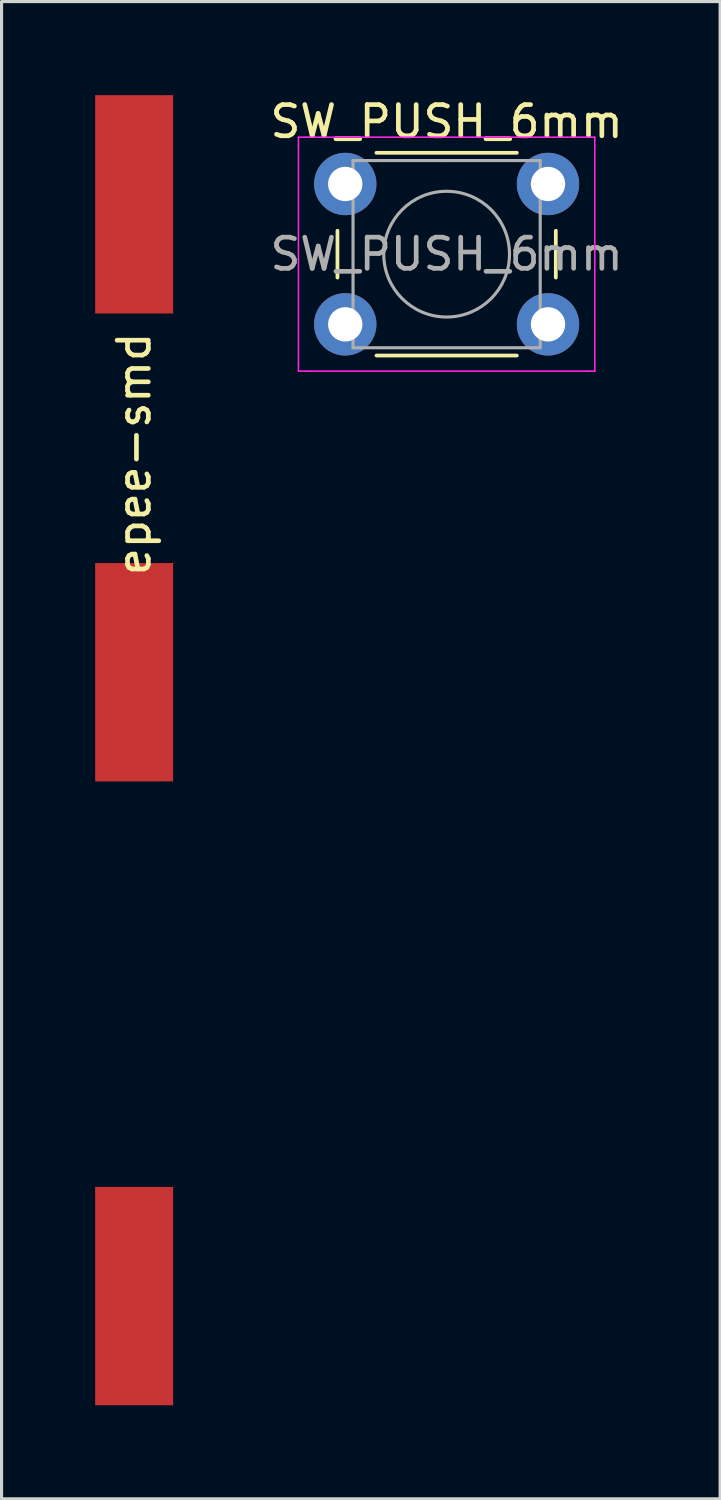
<source format=kicad_pcb>
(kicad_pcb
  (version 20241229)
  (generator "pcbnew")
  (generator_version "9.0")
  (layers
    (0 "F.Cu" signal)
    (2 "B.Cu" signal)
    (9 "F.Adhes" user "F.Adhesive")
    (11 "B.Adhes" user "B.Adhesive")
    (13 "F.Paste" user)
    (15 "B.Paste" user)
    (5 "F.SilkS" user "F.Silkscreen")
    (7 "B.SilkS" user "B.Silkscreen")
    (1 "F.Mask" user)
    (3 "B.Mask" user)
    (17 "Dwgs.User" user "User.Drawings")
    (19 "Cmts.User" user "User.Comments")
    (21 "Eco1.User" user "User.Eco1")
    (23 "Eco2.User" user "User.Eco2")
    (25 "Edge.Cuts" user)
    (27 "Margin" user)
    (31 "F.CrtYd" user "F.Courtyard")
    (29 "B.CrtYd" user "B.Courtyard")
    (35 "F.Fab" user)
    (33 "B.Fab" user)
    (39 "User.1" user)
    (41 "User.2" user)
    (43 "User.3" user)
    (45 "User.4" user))
  (footprint "SW_PUSH_6mm"
    (layer "F.Cu")
    (at 11.268 5.098)
    (property "Reference" "SW_PUSH_6mm" (at 0 -4.25 0) (layer "F.SilkS") (effects (font (size 1 1) (thickness 0.15))))
    (attr through_hole)
    (fp_line (start -3.5 -0.75) (end -3.5 0.75) (stroke (width 0.12) (type solid)) (layer "F.SilkS"))
    (fp_line (start -2.25 3.25) (end 2.25 3.25) (stroke (width 0.12) (type solid)) (layer "F.SilkS"))
    (fp_line (start 2.25 -3.25) (end -2.25 -3.25) (stroke (width 0.12) (type solid)) (layer "F.SilkS"))
    (fp_line (start 3.5 0.75) (end 3.5 -0.75) (stroke (width 0.12) (type solid)) (layer "F.SilkS"))
    (fp_line (start -4.75 -3.75) (end -4.5 -3.75) (stroke (width 0.05) (type solid)) (layer "F.CrtYd"))
    (fp_line (start -4.75 -3.5) (end -4.75 -3.75) (stroke (width 0.05) (type solid)) (layer "F.CrtYd"))
    (fp_line (start -4.75 3.5) (end -4.75 -3.5) (stroke (width 0.05) (type solid)) (layer "F.CrtYd"))
    (fp_line (start -4.75 3.5) (end -4.75 3.75) (stroke (width 0.05) (type solid)) (layer "F.CrtYd"))
    (fp_line (start -4.75 3.75) (end -4.5 3.75) (stroke (width 0.05) (type solid)) (layer "F.CrtYd"))
    (fp_line (start -4.5 -3.75) (end 4.5 -3.75) (stroke (width 0.05) (type solid)) (layer "F.CrtYd"))
    (fp_line (start 4.5 -3.75) (end 4.75 -3.75) (stroke (width 0.05) (type solid)) (layer "F.CrtYd"))
    (fp_line (start 4.5 3.75) (end -4.5 3.75) (stroke (width 0.05) (type solid)) (layer "F.CrtYd"))
    (fp_line (start 4.5 3.75) (end 4.75 3.75) (stroke (width 0.05) (type solid)) (layer "F.CrtYd"))
    (fp_line (start 4.75 -3.75) (end 4.75 -3.5) (stroke (width 0.05) (type solid)) (layer "F.CrtYd"))
    (fp_line (start 4.75 -3.5) (end 4.75 3.5) (stroke (width 0.05) (type solid)) (layer "F.CrtYd"))
    (fp_line (start 4.75 3.75) (end 4.75 3.5) (stroke (width 0.05) (type solid)) (layer "F.CrtYd"))
    (fp_line (start -3 -3) (end 0 -3) (stroke (width 0.1) (type solid)) (layer "F.Fab"))
    (fp_line (start -3 3) (end -3 -3) (stroke (width 0.1) (type solid)) (layer "F.Fab"))
    (fp_line (start 0 -3) (end 3 -3) (stroke (width 0.1) (type solid)) (layer "F.Fab"))
    (fp_line (start 3 -3) (end 3 3) (stroke (width 0.1) (type solid)) (layer "F.Fab"))
    (fp_line (start 3 3) (end -3 3) (stroke (width 0.1) (type solid)) (layer "F.Fab"))
    (fp_circle (center 0 0) (end -2 0.25) (stroke (width 0.1) (type solid)) (fill no) (layer "F.Fab"))
    (fp_text user "${REFERENCE}" (at 0 0 0) (layer "F.Fab") (effects (font (size 1 1) (thickness 0.15))))
    (pad "1" thru_hole circle (at -3.25 -2.25 90) (size 2 2) (drill 1.1) (layers "*.Cu" "*.Mask"))
    (pad "1" thru_hole circle (at 3.25 -2.25 90) (size 2 2) (drill 1.1) (layers "*.Cu" "*.Mask"))
    (pad "2" thru_hole circle (at -3.25 2.25 90) (size 2 2) (drill 1.1) (layers "*.Cu" "*.Mask"))
    (pad "2" thru_hole circle (at 3.25 2.25 90) (size 2 2) (drill 1.1) (layers "*.Cu" "*.Mask")))
  (footprint "epee-smd"
    (layer "F.Cu")
    (at 1.25 18.5)
    (property "Reference" "epee-smd" (at 0 -7 90) (layer "F.SilkS") (effects (font (size 1 1) (thickness 0.15))))
    (attr through_hole)
    (pad "1" smd rect (at 0 -15) (size 2.5 7) (layers "F.Cu" "F.Mask" "F.Paste"))
    (pad "2" smd rect (at 0 0) (size 2.5 7) (layers "F.Cu" "F.Mask" "F.Paste"))
    (pad "3" smd rect (at 0 20) (size 2.5 7) (layers "F.Cu" "F.Mask" "F.Paste")))
  (gr_rect
    (start -3 -3)
    (end 20.036 45)
    (stroke (width 0.1) (type default))
    (fill no)
    (layer "Edge.Cuts")))
</source>
